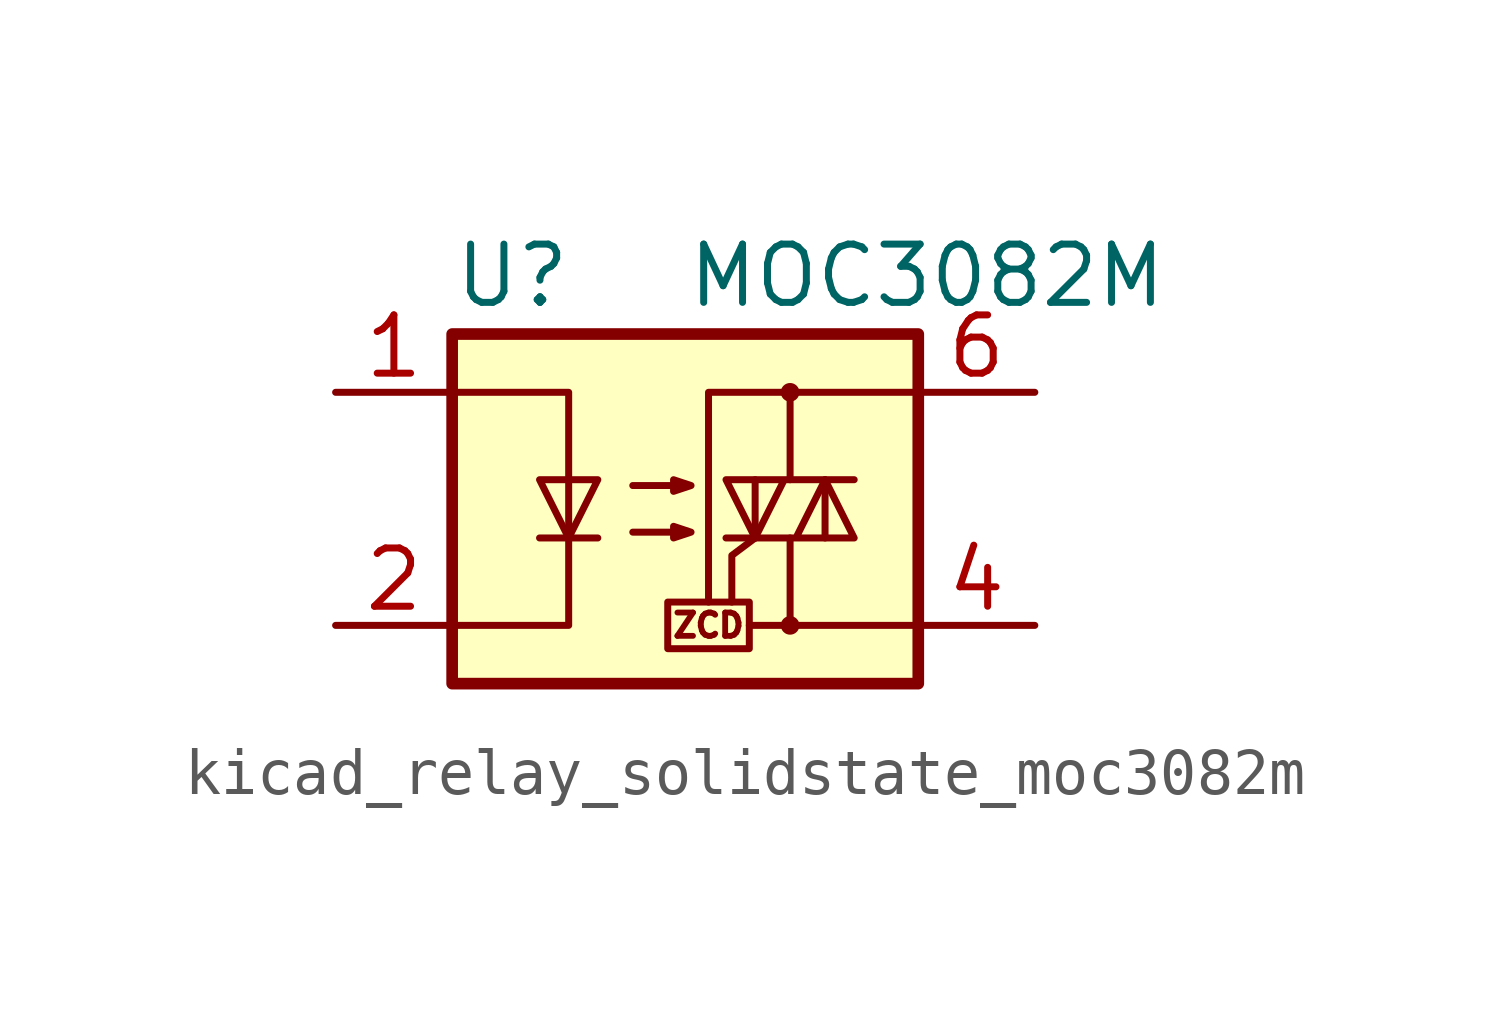
<source format=kicad_sym>
(kicad_symbol_lib
  (version 20220914)
  (generator kicad_symbol_editor)
  (symbol "kicad_relay_solidstate_moc3082m"
    (property "Reference" "U"
      (at -5.08 5.08 0)
      (effects (font (size 1.27 1.27)) (justify left)))
    (property "Value" "MOC3082M"
      (at 0 5.08 0)
      (effects (font (size 1.27 1.27)) (justify left)))
    (symbol "kicad_relay_solidstate_moc3082m_0_0"
      (rectangle (start -0.381 -2.032) (end 1.397 -3.048) (stroke (width 0) (type default)) (fill (type none)))
      (polyline (pts (xy 2.286 -2.54) (xy 1.397 -2.54)) (stroke (width 0) (type default)) (fill (type none)))
      (polyline (pts (xy 1.524 -0.635) (xy 1.016 -1.016) (xy 1.016 -2.032)) (stroke (width 0) (type default)) (fill (type none)))
      (text "ZCD" (at 0.508 -2.54 0) (effects (font (size 0.508 0.508)))))
    (symbol "kicad_relay_solidstate_moc3082m_0_1"
      (rectangle (start -5.08 3.81) (end 5.08 -3.81) (stroke (width 0.254) (type default)) (fill (type background)))
      (polyline (pts (xy -3.175 -0.635) (xy -1.905 -0.635)) (stroke (width 0) (type default)) (fill (type none)))
      (polyline (pts (xy 1.524 -0.635) (xy 1.524 0.635)) (stroke (width 0) (type default)) (fill (type none)))
      (polyline (pts (xy 3.048 0.635) (xy 3.048 -0.635)) (stroke (width 0) (type default)) (fill (type none)))
      (polyline (pts (xy 2.286 -0.635) (xy 2.286 -2.54) (xy 5.08 -2.54)) (stroke (width 0) (type default)) (fill (type none)))
      (polyline (pts (xy 2.286 0.635) (xy 2.286 2.54) (xy 5.08 2.54)) (stroke (width 0) (type default)) (fill (type none)))
      (polyline (pts (xy 2.286 2.54) (xy 0.508 2.54) (xy 0.508 -2.032)) (stroke (width 0) (type default)) (fill (type none)))
      (polyline (pts (xy -5.08 2.54) (xy -2.54 2.54) (xy -2.54 -2.54) (xy -5.08 -2.54)) (stroke (width 0) (type default)) (fill (type none)))
      (polyline (pts (xy -2.54 -0.635) (xy -3.175 0.635) (xy -1.905 0.635) (xy -2.54 -0.635)) (stroke (width 0) (type default)) (fill (type none)))
      (polyline (pts (xy 0.889 -0.635) (xy 3.683 -0.635) (xy 3.048 0.635) (xy 2.413 -0.635)) (stroke (width 0) (type default)) (fill (type none)))
      (polyline (pts (xy 3.683 0.635) (xy 0.889 0.635) (xy 1.524 -0.635) (xy 2.159 0.635)) (stroke (width 0) (type default)) (fill (type none)))
      (polyline (pts (xy -1.143 -0.508) (xy 0.127 -0.508) (xy -0.254 -0.635) (xy -0.254 -0.381) (xy 0.127 -0.508)) (stroke (width 0) (type default)) (fill (type none)))
      (polyline (pts (xy -1.143 0.508) (xy 0.127 0.508) (xy -0.254 0.381) (xy -0.254 0.635) (xy 0.127 0.508)) (stroke (width 0) (type default)) (fill (type none)))
      (circle (center 2.286 -2.54) (radius 0.127) (stroke (width 0) (type default)) (fill (type none)))
      (circle (center 2.286 2.54) (radius 0.127) (stroke (width 0) (type default)) (fill (type none))))
    (symbol "kicad_relay_solidstate_moc3082m_1_1"
      (pin passive line (at -7.62 2.54 0) (length 2.54) (name "~" (effects (font (size 1.27 1.27)))) (number "1" (effects (font (size 1.27 1.27)))))
      (pin passive line (at -7.62 -2.54 0) (length 2.54) (name "~" (effects (font (size 1.27 1.27)))) (number "2" (effects (font (size 1.27 1.27)))))
      (pin no_connect line (at -5.08 0 0) (length 2.54) hide (name "NC" (effects (font (size 1.27 1.27)))) (number "3" (effects (font (size 1.27 1.27)))))
      (pin passive line (at 7.62 -2.54 180) (length 2.54) (name "~" (effects (font (size 1.27 1.27)))) (number "4" (effects (font (size 1.27 1.27)))))
      (pin no_connect line (at 5.08 0 180) (length 2.54) hide (name "NC" (effects (font (size 1.27 1.27)))) (number "5" (effects (font (size 1.27 1.27)))))
      (pin passive line (at 7.62 2.54 180) (length 2.54) (name "~" (effects (font (size 1.27 1.27)))) (number "6" (effects (font (size 1.27 1.27))))))))
</source>
